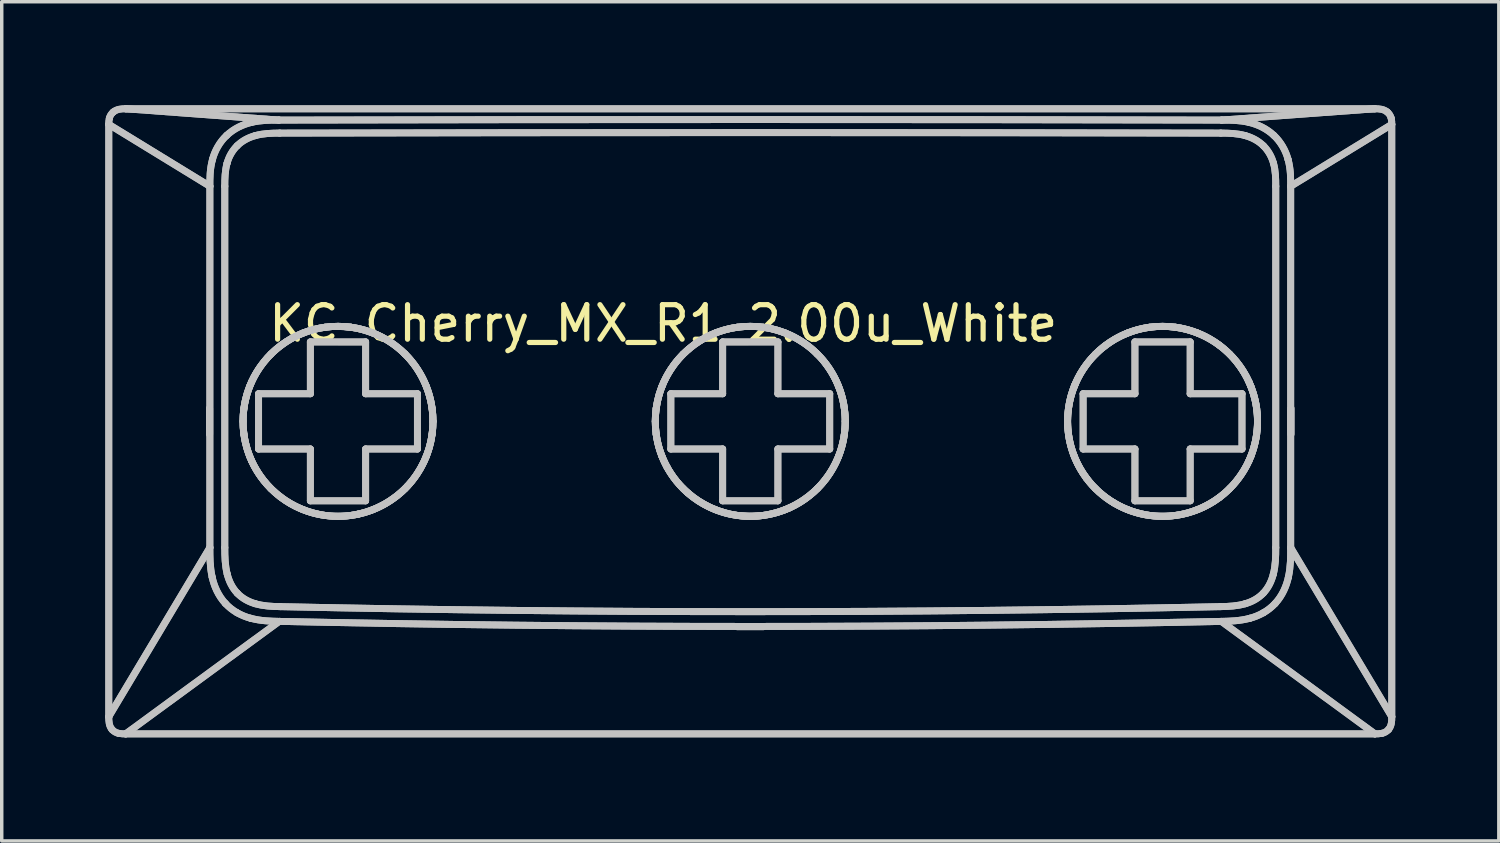
<source format=kicad_pcb>
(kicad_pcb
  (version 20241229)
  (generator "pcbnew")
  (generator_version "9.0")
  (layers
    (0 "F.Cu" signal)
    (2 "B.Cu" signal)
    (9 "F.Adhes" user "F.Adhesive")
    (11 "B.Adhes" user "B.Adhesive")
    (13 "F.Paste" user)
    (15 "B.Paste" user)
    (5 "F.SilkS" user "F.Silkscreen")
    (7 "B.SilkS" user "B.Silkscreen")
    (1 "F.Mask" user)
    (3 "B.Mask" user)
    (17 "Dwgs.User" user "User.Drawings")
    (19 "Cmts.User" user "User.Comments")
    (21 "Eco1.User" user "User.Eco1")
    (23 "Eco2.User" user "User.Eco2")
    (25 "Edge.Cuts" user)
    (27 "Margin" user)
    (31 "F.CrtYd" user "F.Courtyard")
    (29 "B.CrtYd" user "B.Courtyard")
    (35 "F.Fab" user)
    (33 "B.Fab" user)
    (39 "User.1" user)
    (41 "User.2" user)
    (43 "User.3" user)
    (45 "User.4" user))
  (footprint "KC_Cherry_MX_R1_2.00u_White"
    (layer "F.Cu")
    (at 18.695 9.111)
    (property "Reference" "KC_Cherry_MX_R1_2.00u_White" (at -2.54 -2.794 0) (layer "F.SilkS") (effects (font (size 1 1) (thickness 0.15))))
    (attr allow_missing_courtyard)
    (fp_line (start -18.595 -8.559) (end -15.668 -6.767) (stroke (width 0.2) (type default)) (layer "Dwgs.User"))
    (fp_line (start -18.595 -8.559) (end -15.668 -6.767) (stroke (width 0.2) (type default)) (layer "Dwgs.User"))
    (fp_line (start -18.595 8.592) (end -18.595 -8.559) (stroke (width 0.2) (type default)) (layer "Dwgs.User"))
    (fp_line (start -18.595 8.592) (end -18.595 -8.559) (stroke (width 0.2) (type default)) (layer "Dwgs.User"))
    (fp_line (start -18.595 8.592) (end -15.668 3.695) (stroke (width 0.2) (type default)) (layer "Dwgs.User"))
    (fp_line (start -18.595 8.592) (end -15.668 3.695) (stroke (width 0.2) (type default)) (layer "Dwgs.User"))
    (fp_line (start -18.107 9.089) (end -13.659 5.832) (stroke (width 0.2) (type default)) (layer "Dwgs.User"))
    (fp_line (start -18.107 9.089) (end -13.659 5.832) (stroke (width 0.2) (type default)) (layer "Dwgs.User"))
    (fp_line (start -18.102 -9.011) (end -13.668 -8.684) (stroke (width 0.2) (type default)) (layer "Dwgs.User"))
    (fp_line (start -18.102 -9.011) (end -13.668 -8.684) (stroke (width 0.2) (type default)) (layer "Dwgs.User"))
    (fp_line (start -18.102 -9.011) (end 18.062 -9.011) (stroke (width 0.2) (type default)) (layer "Dwgs.User"))
    (fp_line (start -18.102 -9.011) (end 18.062 -9.011) (stroke (width 0.2) (type default)) (layer "Dwgs.User"))
    (fp_line (start -15.676 0.413) (end -15.676 -0.337) (stroke (width 0.2) (type default)) (layer "Dwgs.User"))
    (fp_line (start -15.676 0.413) (end -15.676 -0.337) (stroke (width 0.2) (type default)) (layer "Dwgs.User"))
    (fp_line (start -15.668 -6.767) (end -15.668 3.695) (stroke (width 0.2) (type default)) (layer "Dwgs.User"))
    (fp_line (start -15.668 -6.767) (end -15.668 3.695) (stroke (width 0.2) (type default)) (layer "Dwgs.User"))
    (fp_line (start -15.236 -6.767) (end -15.236 3.695) (stroke (width 0.2) (type default)) (layer "Dwgs.User"))
    (fp_line (start -15.236 -6.767) (end -15.236 3.695) (stroke (width 0.2) (type default)) (layer "Dwgs.User"))
    (fp_line (start -14.258 -0.76) (end -12.758 -0.76) (stroke (width 0.2) (type default)) (layer "Dwgs.User"))
    (fp_line (start -14.258 -0.76) (end -12.758 -0.76) (stroke (width 0.2) (type default)) (layer "Dwgs.User"))
    (fp_line (start -14.258 0.84) (end -14.258 -0.76) (stroke (width 0.2) (type default)) (layer "Dwgs.User"))
    (fp_line (start -14.258 0.84) (end -14.258 -0.76) (stroke (width 0.2) (type default)) (layer "Dwgs.User"))
    (fp_line (start -12.758 -2.26) (end -11.158 -2.26) (stroke (width 0.2) (type default)) (layer "Dwgs.User"))
    (fp_line (start -12.758 -2.26) (end -11.158 -2.26) (stroke (width 0.2) (type default)) (layer "Dwgs.User"))
    (fp_line (start -12.758 -0.76) (end -12.758 -2.26) (stroke (width 0.2) (type default)) (layer "Dwgs.User"))
    (fp_line (start -12.758 -0.76) (end -12.758 -2.26) (stroke (width 0.2) (type default)) (layer "Dwgs.User"))
    (fp_line (start -12.758 0.84) (end -14.258 0.84) (stroke (width 0.2) (type default)) (layer "Dwgs.User"))
    (fp_line (start -12.758 0.84) (end -14.258 0.84) (stroke (width 0.2) (type default)) (layer "Dwgs.User"))
    (fp_line (start -12.758 2.34) (end -12.758 0.84) (stroke (width 0.2) (type default)) (layer "Dwgs.User"))
    (fp_line (start -12.758 2.34) (end -12.758 0.84) (stroke (width 0.2) (type default)) (layer "Dwgs.User"))
    (fp_line (start -11.583 -2.685) (end -11.958 -2.711) (stroke (width 0.2) (type default)) (layer "Dwgs.User"))
    (fp_line (start -11.583 2.764) (end -11.376 2.727) (stroke (width 0.2) (type default)) (layer "Dwgs.User"))
    (fp_line (start -11.583 2.764) (end -11.376 2.727) (stroke (width 0.2) (type default)) (layer "Dwgs.User"))
    (fp_line (start -11.158 -2.26) (end -11.158 -0.76) (stroke (width 0.2) (type default)) (layer "Dwgs.User"))
    (fp_line (start -11.158 -2.26) (end -11.158 -0.76) (stroke (width 0.2) (type default)) (layer "Dwgs.User"))
    (fp_line (start -11.158 -0.76) (end -9.658 -0.76) (stroke (width 0.2) (type default)) (layer "Dwgs.User"))
    (fp_line (start -11.158 -0.76) (end -9.658 -0.76) (stroke (width 0.2) (type default)) (layer "Dwgs.User"))
    (fp_line (start -11.158 0.84) (end -11.158 2.34) (stroke (width 0.2) (type default)) (layer "Dwgs.User"))
    (fp_line (start -11.158 0.84) (end -11.158 2.34) (stroke (width 0.2) (type default)) (layer "Dwgs.User"))
    (fp_line (start -11.158 2.34) (end -12.758 2.34) (stroke (width 0.2) (type default)) (layer "Dwgs.User"))
    (fp_line (start -11.158 2.34) (end -12.758 2.34) (stroke (width 0.2) (type default)) (layer "Dwgs.User"))
    (fp_line (start -9.658 -0.76) (end -9.658 0.84) (stroke (width 0.2) (type default)) (layer "Dwgs.User"))
    (fp_line (start -9.658 -0.76) (end -9.658 0.84) (stroke (width 0.2) (type default)) (layer "Dwgs.User"))
    (fp_line (start -9.658 0.84) (end -11.158 0.84) (stroke (width 0.2) (type default)) (layer "Dwgs.User"))
    (fp_line (start -9.658 0.84) (end -11.158 0.84) (stroke (width 0.2) (type default)) (layer "Dwgs.User"))
    (fp_line (start -2.32 -0.76) (end -0.82 -0.76) (stroke (width 0.2) (type default)) (layer "Dwgs.User"))
    (fp_line (start -2.32 -0.76) (end -0.82 -0.76) (stroke (width 0.2) (type default)) (layer "Dwgs.User"))
    (fp_line (start -2.32 0.84) (end -2.32 -0.76) (stroke (width 0.2) (type default)) (layer "Dwgs.User"))
    (fp_line (start -2.32 0.84) (end -2.32 -0.76) (stroke (width 0.2) (type default)) (layer "Dwgs.User"))
    (fp_line (start -0.82 -2.26) (end 0.78 -2.26) (stroke (width 0.2) (type default)) (layer "Dwgs.User"))
    (fp_line (start -0.82 -2.26) (end 0.78 -2.26) (stroke (width 0.2) (type default)) (layer "Dwgs.User"))
    (fp_line (start -0.82 -0.76) (end -0.82 -2.26) (stroke (width 0.2) (type default)) (layer "Dwgs.User"))
    (fp_line (start -0.82 -0.76) (end -0.82 -2.26) (stroke (width 0.2) (type default)) (layer "Dwgs.User"))
    (fp_line (start -0.82 0.84) (end -2.32 0.84) (stroke (width 0.2) (type default)) (layer "Dwgs.User"))
    (fp_line (start -0.82 0.84) (end -2.32 0.84) (stroke (width 0.2) (type default)) (layer "Dwgs.User"))
    (fp_line (start -0.82 2.34) (end -0.82 0.84) (stroke (width 0.2) (type default)) (layer "Dwgs.User"))
    (fp_line (start -0.82 2.34) (end -0.82 0.84) (stroke (width 0.2) (type default)) (layer "Dwgs.User"))
    (fp_line (start -0.395 2.764) (end -0.02 2.789) (stroke (width 0.2) (type default)) (layer "Dwgs.User"))
    (fp_line (start -0.395 5.986) (end 0.355 5.986) (stroke (width 0.2) (type default)) (layer "Dwgs.User"))
    (fp_line (start -0.395 5.986) (end 0.355 5.986) (stroke (width 0.2) (type default)) (layer "Dwgs.User"))
    (fp_line (start -0.02 2.789) (end 0.355 2.764) (stroke (width 0.2) (type default)) (layer "Dwgs.User"))
    (fp_line (start 0.78 -2.26) (end 0.78 -0.76) (stroke (width 0.2) (type default)) (layer "Dwgs.User"))
    (fp_line (start 0.78 -2.26) (end 0.78 -0.76) (stroke (width 0.2) (type default)) (layer "Dwgs.User"))
    (fp_line (start 0.78 -0.76) (end 2.28 -0.76) (stroke (width 0.2) (type default)) (layer "Dwgs.User"))
    (fp_line (start 0.78 -0.76) (end 2.28 -0.76) (stroke (width 0.2) (type default)) (layer "Dwgs.User"))
    (fp_line (start 0.78 0.84) (end 0.78 2.34) (stroke (width 0.2) (type default)) (layer "Dwgs.User"))
    (fp_line (start 0.78 0.84) (end 0.78 2.34) (stroke (width 0.2) (type default)) (layer "Dwgs.User"))
    (fp_line (start 0.78 2.34) (end -0.82 2.34) (stroke (width 0.2) (type default)) (layer "Dwgs.User"))
    (fp_line (start 0.78 2.34) (end -0.82 2.34) (stroke (width 0.2) (type default)) (layer "Dwgs.User"))
    (fp_line (start 2.28 -0.76) (end 2.28 0.84) (stroke (width 0.2) (type default)) (layer "Dwgs.User"))
    (fp_line (start 2.28 -0.76) (end 2.28 0.84) (stroke (width 0.2) (type default)) (layer "Dwgs.User"))
    (fp_line (start 2.28 0.84) (end 0.78 0.84) (stroke (width 0.2) (type default)) (layer "Dwgs.User"))
    (fp_line (start 2.28 0.84) (end 0.78 0.84) (stroke (width 0.2) (type default)) (layer "Dwgs.User"))
    (fp_line (start 9.618 -0.76) (end 11.118 -0.76) (stroke (width 0.2) (type default)) (layer "Dwgs.User"))
    (fp_line (start 9.618 -0.76) (end 11.118 -0.76) (stroke (width 0.2) (type default)) (layer "Dwgs.User"))
    (fp_line (start 9.618 0.84) (end 9.618 -0.76) (stroke (width 0.2) (type default)) (layer "Dwgs.User"))
    (fp_line (start 9.618 0.84) (end 9.618 -0.76) (stroke (width 0.2) (type default)) (layer "Dwgs.User"))
    (fp_line (start 11.118 -2.26) (end 12.718 -2.26) (stroke (width 0.2) (type default)) (layer "Dwgs.User"))
    (fp_line (start 11.118 -2.26) (end 12.718 -2.26) (stroke (width 0.2) (type default)) (layer "Dwgs.User"))
    (fp_line (start 11.118 -0.76) (end 11.118 -2.26) (stroke (width 0.2) (type default)) (layer "Dwgs.User"))
    (fp_line (start 11.118 -0.76) (end 11.118 -2.26) (stroke (width 0.2) (type default)) (layer "Dwgs.User"))
    (fp_line (start 11.118 0.84) (end 9.618 0.84) (stroke (width 0.2) (type default)) (layer "Dwgs.User"))
    (fp_line (start 11.118 0.84) (end 9.618 0.84) (stroke (width 0.2) (type default)) (layer "Dwgs.User"))
    (fp_line (start 11.118 2.34) (end 11.118 0.84) (stroke (width 0.2) (type default)) (layer "Dwgs.User"))
    (fp_line (start 11.118 2.34) (end 11.118 0.84) (stroke (width 0.2) (type default)) (layer "Dwgs.User"))
    (fp_line (start 12.718 -2.26) (end 12.718 -0.76) (stroke (width 0.2) (type default)) (layer "Dwgs.User"))
    (fp_line (start 12.718 -2.26) (end 12.718 -0.76) (stroke (width 0.2) (type default)) (layer "Dwgs.User"))
    (fp_line (start 12.718 -0.76) (end 14.218 -0.76) (stroke (width 0.2) (type default)) (layer "Dwgs.User"))
    (fp_line (start 12.718 -0.76) (end 14.218 -0.76) (stroke (width 0.2) (type default)) (layer "Dwgs.User"))
    (fp_line (start 12.718 0.84) (end 12.718 2.34) (stroke (width 0.2) (type default)) (layer "Dwgs.User"))
    (fp_line (start 12.718 0.84) (end 12.718 2.34) (stroke (width 0.2) (type default)) (layer "Dwgs.User"))
    (fp_line (start 12.718 2.34) (end 11.118 2.34) (stroke (width 0.2) (type default)) (layer "Dwgs.User"))
    (fp_line (start 12.718 2.34) (end 11.118 2.34) (stroke (width 0.2) (type default)) (layer "Dwgs.User"))
    (fp_line (start 13.628 -8.684) (end 18.062 -9.011) (stroke (width 0.2) (type default)) (layer "Dwgs.User"))
    (fp_line (start 13.628 -8.684) (end 18.062 -9.011) (stroke (width 0.2) (type default)) (layer "Dwgs.User"))
    (fp_line (start 14.218 -0.76) (end 14.218 0.84) (stroke (width 0.2) (type default)) (layer "Dwgs.User"))
    (fp_line (start 14.218 -0.76) (end 14.218 0.84) (stroke (width 0.2) (type default)) (layer "Dwgs.User"))
    (fp_line (start 14.218 0.84) (end 12.718 0.84) (stroke (width 0.2) (type default)) (layer "Dwgs.User"))
    (fp_line (start 14.218 0.84) (end 12.718 0.84) (stroke (width 0.2) (type default)) (layer "Dwgs.User"))
    (fp_line (start 15.196 3.695) (end 15.196 -6.767) (stroke (width 0.2) (type default)) (layer "Dwgs.User"))
    (fp_line (start 15.196 3.695) (end 15.196 -6.767) (stroke (width 0.2) (type default)) (layer "Dwgs.User"))
    (fp_line (start 15.628 -6.767) (end 18.555 -8.559) (stroke (width 0.2) (type default)) (layer "Dwgs.User"))
    (fp_line (start 15.628 -6.767) (end 18.555 -8.559) (stroke (width 0.2) (type default)) (layer "Dwgs.User"))
    (fp_line (start 15.628 3.695) (end 15.628 -6.767) (stroke (width 0.2) (type default)) (layer "Dwgs.User"))
    (fp_line (start 15.628 3.695) (end 15.628 -6.767) (stroke (width 0.2) (type default)) (layer "Dwgs.User"))
    (fp_line (start 15.636 0.413) (end 15.636 -0.337) (stroke (width 0.2) (type default)) (layer "Dwgs.User"))
    (fp_line (start 15.636 0.413) (end 15.636 -0.337) (stroke (width 0.2) (type default)) (layer "Dwgs.User"))
    (fp_line (start 18.067 9.089) (end -18.107 9.089) (stroke (width 0.2) (type default)) (layer "Dwgs.User"))
    (fp_line (start 18.067 9.089) (end -18.107 9.089) (stroke (width 0.2) (type default)) (layer "Dwgs.User"))
    (fp_line (start 18.067 9.089) (end 13.619 5.832) (stroke (width 0.2) (type default)) (layer "Dwgs.User"))
    (fp_line (start 18.067 9.089) (end 13.619 5.832) (stroke (width 0.2) (type default)) (layer "Dwgs.User"))
    (fp_line (start 18.555 -8.559) (end 18.555 8.592) (stroke (width 0.2) (type default)) (layer "Dwgs.User"))
    (fp_line (start 18.555 -8.559) (end 18.555 8.592) (stroke (width 0.2) (type default)) (layer "Dwgs.User"))
    (fp_line (start 18.555 8.592) (end 15.628 3.695) (stroke (width 0.2) (type default)) (layer "Dwgs.User"))
    (fp_line (start 18.555 8.592) (end 15.628 3.695) (stroke (width 0.2) (type default)) (layer "Dwgs.User"))
    (fp_curve (pts (xy -18.595 -8.559) (xy -18.597 -8.618) (xy -18.592 -8.677) (xy -18.579 -8.735)) (stroke (width 0.2) (type default)) (layer "Dwgs.User"))
    (fp_curve (pts (xy -18.595 -8.559) (xy -18.597 -8.618) (xy -18.592 -8.677) (xy -18.579 -8.735)) (stroke (width 0.2) (type default)) (layer "Dwgs.User"))
    (fp_curve (pts (xy -18.579 -8.735) (xy -18.561 -8.808) (xy -18.522 -8.869) (xy -18.465 -8.917)) (stroke (width 0.2) (type default)) (layer "Dwgs.User"))
    (fp_curve (pts (xy -18.579 -8.735) (xy -18.561 -8.808) (xy -18.522 -8.869) (xy -18.465 -8.917)) (stroke (width 0.2) (type default)) (layer "Dwgs.User"))
    (fp_curve (pts (xy -18.501 8.963) (xy -18.589 8.861) (xy -18.597 8.72) (xy -18.595 8.592)) (stroke (width 0.2) (type default)) (layer "Dwgs.User"))
    (fp_curve (pts (xy -18.501 8.963) (xy -18.589 8.861) (xy -18.597 8.72) (xy -18.595 8.592)) (stroke (width 0.2) (type default)) (layer "Dwgs.User"))
    (fp_curve (pts (xy -18.465 -8.917) (xy -18.365 -9.001) (xy -18.228 -9.014) (xy -18.102 -9.011)) (stroke (width 0.2) (type default)) (layer "Dwgs.User"))
    (fp_curve (pts (xy -18.465 -8.917) (xy -18.365 -9.001) (xy -18.228 -9.014) (xy -18.102 -9.011)) (stroke (width 0.2) (type default)) (layer "Dwgs.User"))
    (fp_curve (pts (xy -18.307 9.074) (xy -18.384 9.058) (xy -18.449 9.021) (xy -18.501 8.963)) (stroke (width 0.2) (type default)) (layer "Dwgs.User"))
    (fp_curve (pts (xy -18.307 9.074) (xy -18.384 9.058) (xy -18.449 9.021) (xy -18.501 8.963)) (stroke (width 0.2) (type default)) (layer "Dwgs.User"))
    (fp_curve (pts (xy -18.107 9.089) (xy -18.174 9.091) (xy -18.241 9.086) (xy -18.307 9.074)) (stroke (width 0.2) (type default)) (layer "Dwgs.User"))
    (fp_curve (pts (xy -18.107 9.089) (xy -18.174 9.091) (xy -18.241 9.086) (xy -18.307 9.074)) (stroke (width 0.2) (type default)) (layer "Dwgs.User"))
    (fp_curve (pts (xy -15.668 -6.767) (xy -15.668 -6.99) (xy -15.671 -7.257) (xy -15.592 -7.545)) (stroke (width 0.2) (type default)) (layer "Dwgs.User"))
    (fp_curve (pts (xy -15.668 -6.767) (xy -15.668 -6.99) (xy -15.671 -7.257) (xy -15.592 -7.545)) (stroke (width 0.2) (type default)) (layer "Dwgs.User"))
    (fp_curve (pts (xy -15.601 4.553) (xy -15.671 4.241) (xy -15.667 3.953) (xy -15.668 3.695)) (stroke (width 0.2) (type default)) (layer "Dwgs.User"))
    (fp_curve (pts (xy -15.601 4.553) (xy -15.671 4.241) (xy -15.667 3.953) (xy -15.668 3.695)) (stroke (width 0.2) (type default)) (layer "Dwgs.User"))
    (fp_curve (pts (xy -15.592 -7.545) (xy -15.526 -7.795) (xy -15.383 -8.053) (xy -15.18 -8.241)) (stroke (width 0.2) (type default)) (layer "Dwgs.User"))
    (fp_curve (pts (xy -15.592 -7.545) (xy -15.526 -7.795) (xy -15.383 -8.053) (xy -15.18 -8.241)) (stroke (width 0.2) (type default)) (layer "Dwgs.User"))
    (fp_curve (pts (xy -15.236 -6.767) (xy -15.236 -6.991) (xy -15.231 -7.218) (xy -15.17 -7.435)) (stroke (width 0.2) (type default)) (layer "Dwgs.User"))
    (fp_curve (pts (xy -15.236 -6.767) (xy -15.236 -6.991) (xy -15.231 -7.218) (xy -15.17 -7.435)) (stroke (width 0.2) (type default)) (layer "Dwgs.User"))
    (fp_curve (pts (xy -15.219 5.312) (xy -15.431 5.083) (xy -15.546 4.804) (xy -15.601 4.553)) (stroke (width 0.2) (type default)) (layer "Dwgs.User"))
    (fp_curve (pts (xy -15.219 5.312) (xy -15.431 5.083) (xy -15.546 4.804) (xy -15.601 4.553)) (stroke (width 0.2) (type default)) (layer "Dwgs.User"))
    (fp_curve (pts (xy -15.18 -8.241) (xy -14.971 -8.438) (xy -14.713 -8.557) (xy -14.468 -8.616)) (stroke (width 0.2) (type default)) (layer "Dwgs.User"))
    (fp_curve (pts (xy -15.18 -8.241) (xy -14.971 -8.438) (xy -14.713 -8.557) (xy -14.468 -8.616)) (stroke (width 0.2) (type default)) (layer "Dwgs.User"))
    (fp_curve (pts (xy -15.17 -7.435) (xy -15.118 -7.624) (xy -15.019 -7.801) (xy -14.879 -7.939)) (stroke (width 0.2) (type default)) (layer "Dwgs.User"))
    (fp_curve (pts (xy -15.17 -7.435) (xy -15.118 -7.624) (xy -15.019 -7.801) (xy -14.879 -7.939)) (stroke (width 0.2) (type default)) (layer "Dwgs.User"))
    (fp_curve (pts (xy -15.165 4.465) (xy -15.23 4.215) (xy -15.236 3.953) (xy -15.236 3.695)) (stroke (width 0.2) (type default)) (layer "Dwgs.User"))
    (fp_curve (pts (xy -15.165 4.465) (xy -15.23 4.215) (xy -15.236 3.953) (xy -15.236 3.695)) (stroke (width 0.2) (type default)) (layer "Dwgs.User"))
    (fp_curve (pts (xy -14.88 5.581) (xy -15.005 5.509) (xy -15.118 5.42) (xy -15.219 5.312)) (stroke (width 0.2) (type default)) (layer "Dwgs.User"))
    (fp_curve (pts (xy -14.88 5.581) (xy -15.005 5.509) (xy -15.118 5.42) (xy -15.219 5.312)) (stroke (width 0.2) (type default)) (layer "Dwgs.User"))
    (fp_curve (pts (xy -14.879 -7.939) (xy -14.735 -8.082) (xy -14.55 -8.18) (xy -14.354 -8.234)) (stroke (width 0.2) (type default)) (layer "Dwgs.User"))
    (fp_curve (pts (xy -14.879 -7.939) (xy -14.735 -8.082) (xy -14.55 -8.18) (xy -14.354 -8.234)) (stroke (width 0.2) (type default)) (layer "Dwgs.User"))
    (fp_curve (pts (xy -14.875 5.014) (xy -15.02 4.862) (xy -15.114 4.668) (xy -15.165 4.465)) (stroke (width 0.2) (type default)) (layer "Dwgs.User"))
    (fp_curve (pts (xy -14.875 5.014) (xy -15.02 4.862) (xy -15.114 4.668) (xy -15.165 4.465)) (stroke (width 0.2) (type default)) (layer "Dwgs.User"))
    (fp_curve (pts (xy -14.708 0.039) (xy -14.708 0.363) (xy -14.649 0.713) (xy -14.515 1.052)) (stroke (width 0.2) (type default)) (layer "Dwgs.User"))
    (fp_curve (pts (xy -14.708 0.039) (xy -14.708 0.363) (xy -14.649 0.713) (xy -14.515 1.052)) (stroke (width 0.2) (type default)) (layer "Dwgs.User"))
    (fp_curve (pts (xy -14.682 -0.337) (xy -14.716 -0.087) (xy -14.717 0.163) (xy -14.682 0.413)) (stroke (width 0.2) (type default)) (layer "Dwgs.User"))
    (fp_curve (pts (xy -14.682 -0.337) (xy -14.716 -0.087) (xy -14.717 0.163) (xy -14.682 0.413)) (stroke (width 0.2) (type default)) (layer "Dwgs.User"))
    (fp_curve (pts (xy -14.682 -0.337) (xy -14.638 -0.655) (xy -14.55 -0.903) (xy -14.462 -1.099)) (stroke (width 0.2) (type default)) (layer "Dwgs.User"))
    (fp_curve (pts (xy -14.682 -0.337) (xy -14.638 -0.655) (xy -14.55 -0.903) (xy -14.462 -1.099)) (stroke (width 0.2) (type default)) (layer "Dwgs.User"))
    (fp_curve (pts (xy -14.515 -0.973) (xy -14.649 -0.634) (xy -14.708 -0.284) (xy -14.708 0.039)) (stroke (width 0.2) (type default)) (layer "Dwgs.User"))
    (fp_curve (pts (xy -14.515 -0.973) (xy -14.649 -0.634) (xy -14.708 -0.284) (xy -14.708 0.039)) (stroke (width 0.2) (type default)) (layer "Dwgs.User"))
    (fp_curve (pts (xy -14.515 1.052) (xy -14.382 1.39) (xy -14.172 1.716) (xy -13.903 1.984)) (stroke (width 0.2) (type default)) (layer "Dwgs.User"))
    (fp_curve (pts (xy -14.515 1.052) (xy -14.382 1.39) (xy -14.172 1.716) (xy -13.903 1.984)) (stroke (width 0.2) (type default)) (layer "Dwgs.User"))
    (fp_curve (pts (xy -14.486 5.742) (xy -14.617 5.708) (xy -14.749 5.655) (xy -14.88 5.581)) (stroke (width 0.2) (type default)) (layer "Dwgs.User"))
    (fp_curve (pts (xy -14.486 5.742) (xy -14.617 5.708) (xy -14.749 5.655) (xy -14.88 5.581)) (stroke (width 0.2) (type default)) (layer "Dwgs.User"))
    (fp_curve (pts (xy -14.468 -8.616) (xy -14.177 -8.685) (xy -13.908 -8.683) (xy -13.668 -8.684)) (stroke (width 0.2) (type default)) (layer "Dwgs.User"))
    (fp_curve (pts (xy -14.468 -8.616) (xy -14.177 -8.685) (xy -13.908 -8.683) (xy -13.668 -8.684)) (stroke (width 0.2) (type default)) (layer "Dwgs.User"))
    (fp_curve (pts (xy -14.462 1.177) (xy -14.55 0.981) (xy -14.638 0.732) (xy -14.682 0.413)) (stroke (width 0.2) (type default)) (layer "Dwgs.User"))
    (fp_curve (pts (xy -14.462 1.177) (xy -14.55 0.981) (xy -14.638 0.732) (xy -14.682 0.413)) (stroke (width 0.2) (type default)) (layer "Dwgs.User"))
    (fp_curve (pts (xy -14.462 1.177) (xy -14.288 1.562) (xy -14.003 1.939) (xy -13.627 2.225)) (stroke (width 0.2) (type default)) (layer "Dwgs.User"))
    (fp_curve (pts (xy -14.462 1.177) (xy -14.288 1.562) (xy -14.003 1.939) (xy -13.627 2.225)) (stroke (width 0.2) (type default)) (layer "Dwgs.User"))
    (fp_curve (pts (xy -14.357 5.319) (xy -14.551 5.263) (xy -14.735 5.162) (xy -14.875 5.014)) (stroke (width 0.2) (type default)) (layer "Dwgs.User"))
    (fp_curve (pts (xy -14.357 5.319) (xy -14.551 5.263) (xy -14.735 5.162) (xy -14.875 5.014)) (stroke (width 0.2) (type default)) (layer "Dwgs.User"))
    (fp_curve (pts (xy -14.354 -8.234) (xy -14.123 -8.299) (xy -13.883 -8.306) (xy -13.644 -8.307)) (stroke (width 0.2) (type default)) (layer "Dwgs.User"))
    (fp_curve (pts (xy -14.354 -8.234) (xy -14.123 -8.299) (xy -13.883 -8.306) (xy -13.644 -8.307)) (stroke (width 0.2) (type default)) (layer "Dwgs.User"))
    (fp_curve (pts (xy -13.903 -1.905) (xy -14.172 -1.637) (xy -14.382 -1.311) (xy -14.515 -0.973)) (stroke (width 0.2) (type default)) (layer "Dwgs.User"))
    (fp_curve (pts (xy -13.903 -1.905) (xy -14.172 -1.637) (xy -14.382 -1.311) (xy -14.515 -0.973)) (stroke (width 0.2) (type default)) (layer "Dwgs.User"))
    (fp_curve (pts (xy -13.903 1.984) (xy -13.634 2.253) (xy -13.309 2.463) (xy -12.97 2.596)) (stroke (width 0.2) (type default)) (layer "Dwgs.User"))
    (fp_curve (pts (xy -13.903 1.984) (xy -13.634 2.253) (xy -13.309 2.463) (xy -12.97 2.596)) (stroke (width 0.2) (type default)) (layer "Dwgs.User"))
    (fp_curve (pts (xy -13.659 5.832) (xy -13.903 5.826) (xy -14.181 5.823) (xy -14.486 5.742)) (stroke (width 0.2) (type default)) (layer "Dwgs.User"))
    (fp_curve (pts (xy -13.659 5.832) (xy -13.903 5.826) (xy -14.181 5.823) (xy -14.486 5.742)) (stroke (width 0.2) (type default)) (layer "Dwgs.User"))
    (fp_curve (pts (xy -13.659 5.832) (xy -4.579 6.027) (xy 4.539 6.027) (xy 13.619 5.832)) (stroke (width 0.2) (type default)) (layer "Dwgs.User"))
    (fp_curve (pts (xy -13.659 5.832) (xy -4.579 6.027) (xy 4.539 6.027) (xy 13.619 5.832)) (stroke (width 0.2) (type default)) (layer "Dwgs.User"))
    (fp_curve (pts (xy -13.631 5.405) (xy -13.875 5.4) (xy -14.122 5.389) (xy -14.357 5.319)) (stroke (width 0.2) (type default)) (layer "Dwgs.User"))
    (fp_curve (pts (xy -13.631 5.405) (xy -13.875 5.4) (xy -14.122 5.389) (xy -14.357 5.319)) (stroke (width 0.2) (type default)) (layer "Dwgs.User"))
    (fp_curve (pts (xy -13.631 5.405) (xy -4.57 5.599) (xy 4.53 5.599) (xy 13.591 5.405)) (stroke (width 0.2) (type default)) (layer "Dwgs.User"))
    (fp_curve (pts (xy -13.631 5.405) (xy -4.57 5.599) (xy 4.53 5.599) (xy 13.591 5.405)) (stroke (width 0.2) (type default)) (layer "Dwgs.User"))
    (fp_curve (pts (xy -13.627 2.225) (xy -13.253 2.513) (xy -12.792 2.702) (xy -12.333 2.764)) (stroke (width 0.2) (type default)) (layer "Dwgs.User"))
    (fp_curve (pts (xy -13.627 2.225) (xy -13.253 2.513) (xy -12.792 2.702) (xy -12.333 2.764)) (stroke (width 0.2) (type default)) (layer "Dwgs.User"))
    (fp_curve (pts (xy -13.601 -2.166) (xy -13.981 -1.884) (xy -14.28 -1.502) (xy -14.462 -1.099)) (stroke (width 0.2) (type default)) (layer "Dwgs.User"))
    (fp_curve (pts (xy -13.601 -2.166) (xy -13.981 -1.884) (xy -14.28 -1.502) (xy -14.462 -1.099)) (stroke (width 0.2) (type default)) (layer "Dwgs.User"))
    (fp_curve (pts (xy -12.97 -2.518) (xy -13.309 -2.384) (xy -13.634 -2.174) (xy -13.903 -1.905)) (stroke (width 0.2) (type default)) (layer "Dwgs.User"))
    (fp_curve (pts (xy -12.97 -2.518) (xy -13.309 -2.384) (xy -13.634 -2.174) (xy -13.903 -1.905)) (stroke (width 0.2) (type default)) (layer "Dwgs.User"))
    (fp_curve (pts (xy -12.97 2.596) (xy -12.631 2.731) (xy -12.282 2.79) (xy -11.958 2.789)) (stroke (width 0.2) (type default)) (layer "Dwgs.User"))
    (fp_curve (pts (xy -12.97 2.596) (xy -12.631 2.731) (xy -12.282 2.79) (xy -11.958 2.789)) (stroke (width 0.2) (type default)) (layer "Dwgs.User"))
    (fp_curve (pts (xy -12.333 -2.685) (xy -12.771 -2.626) (xy -13.223 -2.449) (xy -13.601 -2.166)) (stroke (width 0.2) (type default)) (layer "Dwgs.User"))
    (fp_curve (pts (xy -12.333 -2.685) (xy -12.771 -2.626) (xy -13.223 -2.449) (xy -13.601 -2.166)) (stroke (width 0.2) (type default)) (layer "Dwgs.User"))
    (fp_curve (pts (xy -11.958 -2.711) (xy -12.282 -2.711) (xy -12.631 -2.652) (xy -12.97 -2.518)) (stroke (width 0.2) (type default)) (layer "Dwgs.User"))
    (fp_curve (pts (xy -11.958 -2.711) (xy -12.282 -2.711) (xy -12.631 -2.652) (xy -12.97 -2.518)) (stroke (width 0.2) (type default)) (layer "Dwgs.User"))
    (fp_curve (pts (xy -11.958 2.789) (xy -11.634 2.79) (xy -11.285 2.731) (xy -10.946 2.596)) (stroke (width 0.2) (type default)) (layer "Dwgs.User"))
    (fp_curve (pts (xy -11.958 2.789) (xy -11.634 2.79) (xy -11.285 2.731) (xy -10.946 2.596)) (stroke (width 0.2) (type default)) (layer "Dwgs.User"))
    (fp_curve (pts (xy -11.583 -2.685) (xy -11.833 -2.719) (xy -12.083 -2.719) (xy -12.333 -2.685)) (stroke (width 0.2) (type default)) (layer "Dwgs.User"))
    (fp_curve (pts (xy -11.583 -2.685) (xy -11.833 -2.719) (xy -12.083 -2.719) (xy -12.333 -2.685)) (stroke (width 0.2) (type default)) (layer "Dwgs.User"))
    (fp_curve (pts (xy -11.583 2.764) (xy -11.833 2.798) (xy -12.083 2.798) (xy -12.333 2.764)) (stroke (width 0.2) (type default)) (layer "Dwgs.User"))
    (fp_curve (pts (xy -11.583 2.764) (xy -11.833 2.798) (xy -12.083 2.798) (xy -12.333 2.764)) (stroke (width 0.2) (type default)) (layer "Dwgs.User"))
    (fp_curve (pts (xy -11.376 2.727) (xy -10.874 2.621) (xy -10.348 2.346) (xy -9.953 1.921)) (stroke (width 0.2) (type default)) (layer "Dwgs.User"))
    (fp_curve (pts (xy -11.376 2.727) (xy -10.874 2.621) (xy -10.348 2.346) (xy -9.953 1.921)) (stroke (width 0.2) (type default)) (layer "Dwgs.User"))
    (fp_curve (pts (xy -10.946 -2.518) (xy -11.285 -2.652) (xy -11.634 -2.711) (xy -11.958 -2.711)) (stroke (width 0.2) (type default)) (layer "Dwgs.User"))
    (fp_curve (pts (xy -10.946 -2.518) (xy -11.285 -2.652) (xy -11.634 -2.711) (xy -11.958 -2.711)) (stroke (width 0.2) (type default)) (layer "Dwgs.User"))
    (fp_curve (pts (xy -10.946 2.596) (xy -10.607 2.463) (xy -10.282 2.253) (xy -10.013 1.984)) (stroke (width 0.2) (type default)) (layer "Dwgs.User"))
    (fp_curve (pts (xy -10.946 2.596) (xy -10.607 2.463) (xy -10.282 2.253) (xy -10.013 1.984)) (stroke (width 0.2) (type default)) (layer "Dwgs.User"))
    (fp_curve (pts (xy -10.029 -1.921) (xy -10.468 -2.357) (xy -11.048 -2.615) (xy -11.583 -2.685)) (stroke (width 0.2) (type default)) (layer "Dwgs.User"))
    (fp_curve (pts (xy -10.029 -1.921) (xy -10.468 -2.357) (xy -11.048 -2.615) (xy -11.583 -2.685)) (stroke (width 0.2) (type default)) (layer "Dwgs.User"))
    (fp_curve (pts (xy -10.013 -1.905) (xy -10.282 -2.174) (xy -10.607 -2.384) (xy -10.946 -2.518)) (stroke (width 0.2) (type default)) (layer "Dwgs.User"))
    (fp_curve (pts (xy -10.013 -1.905) (xy -10.282 -2.174) (xy -10.607 -2.384) (xy -10.946 -2.518)) (stroke (width 0.2) (type default)) (layer "Dwgs.User"))
    (fp_curve (pts (xy -10.013 1.984) (xy -9.744 1.716) (xy -9.534 1.39) (xy -9.401 1.052)) (stroke (width 0.2) (type default)) (layer "Dwgs.User"))
    (fp_curve (pts (xy -10.013 1.984) (xy -9.744 1.716) (xy -9.534 1.39) (xy -9.401 1.052)) (stroke (width 0.2) (type default)) (layer "Dwgs.User"))
    (fp_curve (pts (xy -9.953 1.921) (xy -9.554 1.501) (xy -9.303 0.945) (xy -9.234 0.413)) (stroke (width 0.2) (type default)) (layer "Dwgs.User"))
    (fp_curve (pts (xy -9.953 1.921) (xy -9.554 1.501) (xy -9.303 0.945) (xy -9.234 0.413)) (stroke (width 0.2) (type default)) (layer "Dwgs.User"))
    (fp_curve (pts (xy -9.401 -0.973) (xy -9.534 -1.311) (xy -9.744 -1.637) (xy -10.013 -1.905)) (stroke (width 0.2) (type default)) (layer "Dwgs.User"))
    (fp_curve (pts (xy -9.401 -0.973) (xy -9.534 -1.311) (xy -9.744 -1.637) (xy -10.013 -1.905)) (stroke (width 0.2) (type default)) (layer "Dwgs.User"))
    (fp_curve (pts (xy -9.401 1.052) (xy -9.267 0.713) (xy -9.208 0.363) (xy -9.208 0.039)) (stroke (width 0.2) (type default)) (layer "Dwgs.User"))
    (fp_curve (pts (xy -9.401 1.052) (xy -9.267 0.713) (xy -9.208 0.363) (xy -9.208 0.039)) (stroke (width 0.2) (type default)) (layer "Dwgs.User"))
    (fp_curve (pts (xy -9.234 -0.337) (xy -9.307 -0.898) (xy -9.585 -1.489) (xy -10.029 -1.921)) (stroke (width 0.2) (type default)) (layer "Dwgs.User"))
    (fp_curve (pts (xy -9.234 -0.337) (xy -9.307 -0.898) (xy -9.585 -1.489) (xy -10.029 -1.921)) (stroke (width 0.2) (type default)) (layer "Dwgs.User"))
    (fp_curve (pts (xy -9.234 0.413) (xy -9.217 0.289) (xy -9.208 0.165) (xy -9.208 0.039)) (stroke (width 0.2) (type default)) (layer "Dwgs.User"))
    (fp_curve (pts (xy -9.234 0.413) (xy -9.217 0.289) (xy -9.208 0.165) (xy -9.208 0.039)) (stroke (width 0.2) (type default)) (layer "Dwgs.User"))
    (fp_curve (pts (xy -9.208 0.039) (xy -9.208 -0.284) (xy -9.267 -0.634) (xy -9.401 -0.973)) (stroke (width 0.2) (type default)) (layer "Dwgs.User"))
    (fp_curve (pts (xy -9.208 0.039) (xy -9.208 -0.284) (xy -9.267 -0.634) (xy -9.401 -0.973)) (stroke (width 0.2) (type default)) (layer "Dwgs.User"))
    (fp_curve (pts (xy -9.208 0.039) (xy -9.208 -0.087) (xy -9.217 -0.212) (xy -9.234 -0.337)) (stroke (width 0.2) (type default)) (layer "Dwgs.User"))
    (fp_curve (pts (xy -9.208 0.039) (xy -9.208 -0.087) (xy -9.217 -0.212) (xy -9.234 -0.337)) (stroke (width 0.2) (type default)) (layer "Dwgs.User"))
    (fp_curve (pts (xy -2.77 0.039) (xy -2.77 0.363) (xy -2.711 0.713) (xy -2.577 1.052)) (stroke (width 0.2) (type default)) (layer "Dwgs.User"))
    (fp_curve (pts (xy -2.77 0.039) (xy -2.77 0.363) (xy -2.711 0.713) (xy -2.577 1.052)) (stroke (width 0.2) (type default)) (layer "Dwgs.User"))
    (fp_curve (pts (xy -2.744 -0.337) (xy -2.778 -0.087) (xy -2.779 0.163) (xy -2.744 0.413)) (stroke (width 0.2) (type default)) (layer "Dwgs.User"))
    (fp_curve (pts (xy -2.744 -0.337) (xy -2.778 -0.087) (xy -2.779 0.163) (xy -2.744 0.413)) (stroke (width 0.2) (type default)) (layer "Dwgs.User"))
    (fp_curve (pts (xy -2.744 -0.337) (xy -2.724 -0.478) (xy -2.695 -0.615) (xy -2.655 -0.747)) (stroke (width 0.2) (type default)) (layer "Dwgs.User"))
    (fp_curve (pts (xy -2.744 -0.337) (xy -2.724 -0.478) (xy -2.695 -0.615) (xy -2.655 -0.747)) (stroke (width 0.2) (type default)) (layer "Dwgs.User"))
    (fp_curve (pts (xy -2.655 -0.747) (xy -2.516 -1.223) (xy -2.222 -1.698) (xy -1.81 -2.048)) (stroke (width 0.2) (type default)) (layer "Dwgs.User"))
    (fp_curve (pts (xy -2.655 -0.747) (xy -2.516 -1.223) (xy -2.222 -1.698) (xy -1.81 -2.048)) (stroke (width 0.2) (type default)) (layer "Dwgs.User"))
    (fp_curve (pts (xy -2.577 -0.973) (xy -2.711 -0.634) (xy -2.77 -0.284) (xy -2.77 0.039)) (stroke (width 0.2) (type default)) (layer "Dwgs.User"))
    (fp_curve (pts (xy -2.577 -0.973) (xy -2.711 -0.634) (xy -2.77 -0.284) (xy -2.77 0.039)) (stroke (width 0.2) (type default)) (layer "Dwgs.User"))
    (fp_curve (pts (xy -2.577 1.052) (xy -2.444 1.39) (xy -2.234 1.716) (xy -1.965 1.984)) (stroke (width 0.2) (type default)) (layer "Dwgs.User"))
    (fp_curve (pts (xy -2.577 1.052) (xy -2.444 1.39) (xy -2.234 1.716) (xy -1.965 1.984)) (stroke (width 0.2) (type default)) (layer "Dwgs.User"))
    (fp_curve (pts (xy -2.431 1.363) (xy -2.591 1.072) (xy -2.699 0.745) (xy -2.744 0.413)) (stroke (width 0.2) (type default)) (layer "Dwgs.User"))
    (fp_curve (pts (xy -2.431 1.363) (xy -2.591 1.072) (xy -2.699 0.745) (xy -2.744 0.413)) (stroke (width 0.2) (type default)) (layer "Dwgs.User"))
    (fp_curve (pts (xy -1.965 -1.905) (xy -2.234 -1.637) (xy -2.444 -1.311) (xy -2.577 -0.973)) (stroke (width 0.2) (type default)) (layer "Dwgs.User"))
    (fp_curve (pts (xy -1.965 -1.905) (xy -2.234 -1.637) (xy -2.444 -1.311) (xy -2.577 -0.973)) (stroke (width 0.2) (type default)) (layer "Dwgs.User"))
    (fp_curve (pts (xy -1.965 1.984) (xy -1.696 2.253) (xy -1.371 2.463) (xy -1.032 2.596)) (stroke (width 0.2) (type default)) (layer "Dwgs.User"))
    (fp_curve (pts (xy -1.965 1.984) (xy -1.696 2.253) (xy -1.371 2.463) (xy -1.032 2.596)) (stroke (width 0.2) (type default)) (layer "Dwgs.User"))
    (fp_curve (pts (xy -1.827 2.112) (xy -2.061 1.909) (xy -2.271 1.655) (xy -2.431 1.363)) (stroke (width 0.2) (type default)) (layer "Dwgs.User"))
    (fp_curve (pts (xy -1.827 2.112) (xy -2.061 1.909) (xy -2.271 1.655) (xy -2.431 1.363)) (stroke (width 0.2) (type default)) (layer "Dwgs.User"))
    (fp_curve (pts (xy -1.81 -2.048) (xy -1.401 -2.402) (xy -0.886 -2.62) (xy -0.395 -2.685)) (stroke (width 0.2) (type default)) (layer "Dwgs.User"))
    (fp_curve (pts (xy -1.81 -2.048) (xy -1.401 -2.402) (xy -0.886 -2.62) (xy -0.395 -2.685)) (stroke (width 0.2) (type default)) (layer "Dwgs.User"))
    (fp_curve (pts (xy -1.032 -2.518) (xy -1.371 -2.384) (xy -1.696 -2.174) (xy -1.965 -1.905)) (stroke (width 0.2) (type default)) (layer "Dwgs.User"))
    (fp_curve (pts (xy -1.032 -2.518) (xy -1.371 -2.384) (xy -1.696 -2.174) (xy -1.965 -1.905)) (stroke (width 0.2) (type default)) (layer "Dwgs.User"))
    (fp_curve (pts (xy -1.032 2.596) (xy -0.693 2.731) (xy -0.344 2.79) (xy -0.02 2.789)) (stroke (width 0.2) (type default)) (layer "Dwgs.User"))
    (fp_curve (pts (xy -1.032 2.596) (xy -0.693 2.731) (xy -0.344 2.79) (xy -0.02 2.789)) (stroke (width 0.2) (type default)) (layer "Dwgs.User"))
    (fp_curve (pts (xy -0.395 2.764) (xy -0.938 2.691) (xy -1.45 2.445) (xy -1.827 2.112)) (stroke (width 0.2) (type default)) (layer "Dwgs.User"))
    (fp_curve (pts (xy -0.395 2.764) (xy -0.938 2.691) (xy -1.45 2.445) (xy -1.827 2.112)) (stroke (width 0.2) (type default)) (layer "Dwgs.User"))
    (fp_curve (pts (xy -0.02 -2.711) (xy -0.344 -2.711) (xy -0.693 -2.652) (xy -1.032 -2.518)) (stroke (width 0.2) (type default)) (layer "Dwgs.User"))
    (fp_curve (pts (xy -0.02 -2.711) (xy -0.344 -2.711) (xy -0.693 -2.652) (xy -1.032 -2.518)) (stroke (width 0.2) (type default)) (layer "Dwgs.User"))
    (fp_curve (pts (xy -0.02 2.789) (xy 0.304 2.79) (xy 0.653 2.731) (xy 0.992 2.596)) (stroke (width 0.2) (type default)) (layer "Dwgs.User"))
    (fp_curve (pts (xy -0.02 2.789) (xy 0.304 2.79) (xy 0.653 2.731) (xy 0.992 2.596)) (stroke (width 0.2) (type default)) (layer "Dwgs.User"))
    (fp_curve (pts (xy 0.355 -2.685) (xy 0.105 -2.719) (xy -0.145 -2.719) (xy -0.395 -2.685)) (stroke (width 0.2) (type default)) (layer "Dwgs.User"))
    (fp_curve (pts (xy 0.355 -2.685) (xy 0.105 -2.719) (xy -0.145 -2.719) (xy -0.395 -2.685)) (stroke (width 0.2) (type default)) (layer "Dwgs.User"))
    (fp_curve (pts (xy 0.355 -2.685) (xy 0.89 -2.615) (xy 1.47 -2.357) (xy 1.909 -1.921)) (stroke (width 0.2) (type default)) (layer "Dwgs.User"))
    (fp_curve (pts (xy 0.355 -2.685) (xy 0.89 -2.615) (xy 1.47 -2.357) (xy 1.909 -1.921)) (stroke (width 0.2) (type default)) (layer "Dwgs.User"))
    (fp_curve (pts (xy 0.355 2.764) (xy 0.105 2.798) (xy -0.145 2.798) (xy -0.395 2.764)) (stroke (width 0.2) (type default)) (layer "Dwgs.User"))
    (fp_curve (pts (xy 0.355 2.764) (xy 0.105 2.798) (xy -0.145 2.798) (xy -0.395 2.764)) (stroke (width 0.2) (type default)) (layer "Dwgs.User"))
    (fp_curve (pts (xy 0.992 -2.518) (xy 0.653 -2.652) (xy 0.304 -2.711) (xy -0.02 -2.711)) (stroke (width 0.2) (type default)) (layer "Dwgs.User"))
    (fp_curve (pts (xy 0.992 -2.518) (xy 0.653 -2.652) (xy 0.304 -2.711) (xy -0.02 -2.711)) (stroke (width 0.2) (type default)) (layer "Dwgs.User"))
    (fp_curve (pts (xy 0.992 2.596) (xy 1.331 2.463) (xy 1.656 2.253) (xy 1.925 1.984)) (stroke (width 0.2) (type default)) (layer "Dwgs.User"))
    (fp_curve (pts (xy 0.992 2.596) (xy 1.331 2.463) (xy 1.656 2.253) (xy 1.925 1.984)) (stroke (width 0.2) (type default)) (layer "Dwgs.User"))
    (fp_curve (pts (xy 1.119 2.543) (xy 0.883 2.651) (xy 0.628 2.725) (xy 0.355 2.764)) (stroke (width 0.2) (type default)) (layer "Dwgs.User"))
    (fp_curve (pts (xy 1.119 2.543) (xy 0.883 2.651) (xy 0.628 2.725) (xy 0.355 2.764)) (stroke (width 0.2) (type default)) (layer "Dwgs.User"))
    (fp_curve (pts (xy 1.909 -1.921) (xy 2.353 -1.489) (xy 2.631 -0.898) (xy 2.704 -0.337)) (stroke (width 0.2) (type default)) (layer "Dwgs.User"))
    (fp_curve (pts (xy 1.909 -1.921) (xy 2.353 -1.489) (xy 2.631 -0.898) (xy 2.704 -0.337)) (stroke (width 0.2) (type default)) (layer "Dwgs.User"))
    (fp_curve (pts (xy 1.925 -1.905) (xy 1.656 -2.174) (xy 1.331 -2.384) (xy 0.992 -2.518)) (stroke (width 0.2) (type default)) (layer "Dwgs.User"))
    (fp_curve (pts (xy 1.925 -1.905) (xy 1.656 -2.174) (xy 1.331 -2.384) (xy 0.992 -2.518)) (stroke (width 0.2) (type default)) (layer "Dwgs.User"))
    (fp_curve (pts (xy 1.925 1.984) (xy 2.194 1.716) (xy 2.404 1.39) (xy 2.537 1.052)) (stroke (width 0.2) (type default)) (layer "Dwgs.User"))
    (fp_curve (pts (xy 1.925 1.984) (xy 2.194 1.716) (xy 2.404 1.39) (xy 2.537 1.052)) (stroke (width 0.2) (type default)) (layer "Dwgs.User"))
    (fp_curve (pts (xy 2.178 1.692) (xy 1.895 2.071) (xy 1.515 2.364) (xy 1.119 2.543)) (stroke (width 0.2) (type default)) (layer "Dwgs.User"))
    (fp_curve (pts (xy 2.178 1.692) (xy 1.895 2.071) (xy 1.515 2.364) (xy 1.119 2.543)) (stroke (width 0.2) (type default)) (layer "Dwgs.User"))
    (fp_curve (pts (xy 2.537 -0.973) (xy 2.404 -1.311) (xy 2.194 -1.637) (xy 1.925 -1.905)) (stroke (width 0.2) (type default)) (layer "Dwgs.User"))
    (fp_curve (pts (xy 2.537 -0.973) (xy 2.404 -1.311) (xy 2.194 -1.637) (xy 1.925 -1.905)) (stroke (width 0.2) (type default)) (layer "Dwgs.User"))
    (fp_curve (pts (xy 2.537 1.052) (xy 2.671 0.713) (xy 2.73 0.363) (xy 2.73 0.039)) (stroke (width 0.2) (type default)) (layer "Dwgs.User"))
    (fp_curve (pts (xy 2.537 1.052) (xy 2.671 0.713) (xy 2.73 0.363) (xy 2.73 0.039)) (stroke (width 0.2) (type default)) (layer "Dwgs.User"))
    (fp_curve (pts (xy 2.704 -0.337) (xy 2.721 -0.212) (xy 2.73 -0.087) (xy 2.73 0.039)) (stroke (width 0.2) (type default)) (layer "Dwgs.User"))
    (fp_curve (pts (xy 2.704 -0.337) (xy 2.721 -0.212) (xy 2.73 -0.087) (xy 2.73 0.039)) (stroke (width 0.2) (type default)) (layer "Dwgs.User"))
    (fp_curve (pts (xy 2.704 0.413) (xy 2.645 0.859) (xy 2.463 1.315) (xy 2.178 1.692)) (stroke (width 0.2) (type default)) (layer "Dwgs.User"))
    (fp_curve (pts (xy 2.704 0.413) (xy 2.645 0.859) (xy 2.463 1.315) (xy 2.178 1.692)) (stroke (width 0.2) (type default)) (layer "Dwgs.User"))
    (fp_curve (pts (xy 2.73 0.039) (xy 2.73 -0.284) (xy 2.671 -0.634) (xy 2.537 -0.973)) (stroke (width 0.2) (type default)) (layer "Dwgs.User"))
    (fp_curve (pts (xy 2.73 0.039) (xy 2.73 -0.284) (xy 2.671 -0.634) (xy 2.537 -0.973)) (stroke (width 0.2) (type default)) (layer "Dwgs.User"))
    (fp_curve (pts (xy 2.73 0.039) (xy 2.73 0.165) (xy 2.721 0.289) (xy 2.704 0.413)) (stroke (width 0.2) (type default)) (layer "Dwgs.User"))
    (fp_curve (pts (xy 2.73 0.039) (xy 2.73 0.165) (xy 2.721 0.289) (xy 2.704 0.413)) (stroke (width 0.2) (type default)) (layer "Dwgs.User"))
    (fp_curve (pts (xy 9.168 0.039) (xy 9.168 0.363) (xy 9.227 0.713) (xy 9.361 1.052)) (stroke (width 0.2) (type default)) (layer "Dwgs.User"))
    (fp_curve (pts (xy 9.168 0.039) (xy 9.168 0.363) (xy 9.227 0.713) (xy 9.361 1.052)) (stroke (width 0.2) (type default)) (layer "Dwgs.User"))
    (fp_curve (pts (xy 9.194 0.413) (xy 9.159 0.163) (xy 9.16 -0.087) (xy 9.194 -0.337)) (stroke (width 0.2) (type default)) (layer "Dwgs.User"))
    (fp_curve (pts (xy 9.194 0.413) (xy 9.159 0.163) (xy 9.16 -0.087) (xy 9.194 -0.337)) (stroke (width 0.2) (type default)) (layer "Dwgs.User"))
    (fp_curve (pts (xy 9.194 0.413) (xy 9.257 0.883) (xy 9.448 1.33) (xy 9.713 1.683)) (stroke (width 0.2) (type default)) (layer "Dwgs.User"))
    (fp_curve (pts (xy 9.194 0.413) (xy 9.257 0.883) (xy 9.448 1.33) (xy 9.713 1.683)) (stroke (width 0.2) (type default)) (layer "Dwgs.User"))
    (fp_curve (pts (xy 9.361 -0.973) (xy 9.227 -0.634) (xy 9.168 -0.284) (xy 9.168 0.039)) (stroke (width 0.2) (type default)) (layer "Dwgs.User"))
    (fp_curve (pts (xy 9.361 -0.973) (xy 9.227 -0.634) (xy 9.168 -0.284) (xy 9.168 0.039)) (stroke (width 0.2) (type default)) (layer "Dwgs.User"))
    (fp_curve (pts (xy 9.361 1.052) (xy 9.494 1.39) (xy 9.704 1.716) (xy 9.973 1.984)) (stroke (width 0.2) (type default)) (layer "Dwgs.User"))
    (fp_curve (pts (xy 9.361 1.052) (xy 9.494 1.39) (xy 9.704 1.716) (xy 9.973 1.984)) (stroke (width 0.2) (type default)) (layer "Dwgs.User"))
    (fp_curve (pts (xy 9.382 -1.023) (xy 9.291 -0.808) (xy 9.228 -0.58) (xy 9.194 -0.337)) (stroke (width 0.2) (type default)) (layer "Dwgs.User"))
    (fp_curve (pts (xy 9.382 -1.023) (xy 9.291 -0.808) (xy 9.228 -0.58) (xy 9.194 -0.337)) (stroke (width 0.2) (type default)) (layer "Dwgs.User"))
    (fp_curve (pts (xy 9.713 1.683) (xy 9.919 1.96) (xy 10.191 2.212) (xy 10.508 2.4)) (stroke (width 0.2) (type default)) (layer "Dwgs.User"))
    (fp_curve (pts (xy 9.713 1.683) (xy 9.919 1.96) (xy 10.191 2.212) (xy 10.508 2.4)) (stroke (width 0.2) (type default)) (layer "Dwgs.User"))
    (fp_curve (pts (xy 9.973 -1.905) (xy 9.704 -1.637) (xy 9.494 -1.311) (xy 9.361 -0.973)) (stroke (width 0.2) (type default)) (layer "Dwgs.User"))
    (fp_curve (pts (xy 9.973 -1.905) (xy 9.704 -1.637) (xy 9.494 -1.311) (xy 9.361 -0.973)) (stroke (width 0.2) (type default)) (layer "Dwgs.User"))
    (fp_curve (pts (xy 9.973 1.984) (xy 10.242 2.253) (xy 10.567 2.463) (xy 10.906 2.596)) (stroke (width 0.2) (type default)) (layer "Dwgs.User"))
    (fp_curve (pts (xy 9.973 1.984) (xy 10.242 2.253) (xy 10.567 2.463) (xy 10.906 2.596)) (stroke (width 0.2) (type default)) (layer "Dwgs.User"))
    (fp_curve (pts (xy 10.242 -2.141) (xy 9.855 -1.845) (xy 9.555 -1.443) (xy 9.382 -1.023)) (stroke (width 0.2) (type default)) (layer "Dwgs.User"))
    (fp_curve (pts (xy 10.242 -2.141) (xy 9.855 -1.845) (xy 9.555 -1.443) (xy 9.382 -1.023)) (stroke (width 0.2) (type default)) (layer "Dwgs.User"))
    (fp_curve (pts (xy 10.508 2.4) (xy 10.824 2.59) (xy 11.183 2.715) (xy 11.543 2.764)) (stroke (width 0.2) (type default)) (layer "Dwgs.User"))
    (fp_curve (pts (xy 10.508 2.4) (xy 10.824 2.59) (xy 11.183 2.715) (xy 11.543 2.764)) (stroke (width 0.2) (type default)) (layer "Dwgs.User"))
    (fp_curve (pts (xy 10.906 -2.518) (xy 10.567 -2.384) (xy 10.242 -2.174) (xy 9.973 -1.905)) (stroke (width 0.2) (type default)) (layer "Dwgs.User"))
    (fp_curve (pts (xy 10.906 -2.518) (xy 10.567 -2.384) (xy 10.242 -2.174) (xy 9.973 -1.905)) (stroke (width 0.2) (type default)) (layer "Dwgs.User"))
    (fp_curve (pts (xy 10.906 2.596) (xy 11.245 2.731) (xy 11.594 2.79) (xy 11.918 2.789)) (stroke (width 0.2) (type default)) (layer "Dwgs.User"))
    (fp_curve (pts (xy 10.906 2.596) (xy 11.245 2.731) (xy 11.594 2.79) (xy 11.918 2.789)) (stroke (width 0.2) (type default)) (layer "Dwgs.User"))
    (fp_curve (pts (xy 11.543 -2.685) (xy 11.093 -2.625) (xy 10.627 -2.439) (xy 10.242 -2.141)) (stroke (width 0.2) (type default)) (layer "Dwgs.User"))
    (fp_curve (pts (xy 11.543 -2.685) (xy 11.093 -2.625) (xy 10.627 -2.439) (xy 10.242 -2.141)) (stroke (width 0.2) (type default)) (layer "Dwgs.User"))
    (fp_curve (pts (xy 11.918 -2.711) (xy 11.594 -2.711) (xy 11.245 -2.652) (xy 10.906 -2.518)) (stroke (width 0.2) (type default)) (layer "Dwgs.User"))
    (fp_curve (pts (xy 11.918 -2.711) (xy 11.594 -2.711) (xy 11.245 -2.652) (xy 10.906 -2.518)) (stroke (width 0.2) (type default)) (layer "Dwgs.User"))
    (fp_curve (pts (xy 11.918 2.789) (xy 12.242 2.79) (xy 12.591 2.731) (xy 12.93 2.596)) (stroke (width 0.2) (type default)) (layer "Dwgs.User"))
    (fp_curve (pts (xy 11.918 2.789) (xy 12.242 2.79) (xy 12.591 2.731) (xy 12.93 2.596)) (stroke (width 0.2) (type default)) (layer "Dwgs.User"))
    (fp_curve (pts (xy 12.293 -2.685) (xy 12.043 -2.719) (xy 11.793 -2.719) (xy 11.543 -2.685)) (stroke (width 0.2) (type default)) (layer "Dwgs.User"))
    (fp_curve (pts (xy 12.293 -2.685) (xy 12.043 -2.719) (xy 11.793 -2.719) (xy 11.543 -2.685)) (stroke (width 0.2) (type default)) (layer "Dwgs.User"))
    (fp_curve (pts (xy 12.293 2.764) (xy 12.043 2.798) (xy 11.793 2.798) (xy 11.543 2.764)) (stroke (width 0.2) (type default)) (layer "Dwgs.User"))
    (fp_curve (pts (xy 12.293 2.764) (xy 12.043 2.798) (xy 11.793 2.798) (xy 11.543 2.764)) (stroke (width 0.2) (type default)) (layer "Dwgs.User"))
    (fp_curve (pts (xy 12.293 2.764) (xy 12.733 2.705) (xy 13.186 2.527) (xy 13.564 2.243)) (stroke (width 0.2) (type default)) (layer "Dwgs.User"))
    (fp_curve (pts (xy 12.293 2.764) (xy 12.733 2.705) (xy 13.186 2.527) (xy 13.564 2.243)) (stroke (width 0.2) (type default)) (layer "Dwgs.User"))
    (fp_curve (pts (xy 12.93 -2.518) (xy 12.591 -2.652) (xy 12.242 -2.711) (xy 11.918 -2.711)) (stroke (width 0.2) (type default)) (layer "Dwgs.User"))
    (fp_curve (pts (xy 12.93 -2.518) (xy 12.591 -2.652) (xy 12.242 -2.711) (xy 11.918 -2.711)) (stroke (width 0.2) (type default)) (layer "Dwgs.User"))
    (fp_curve (pts (xy 12.93 2.596) (xy 13.269 2.463) (xy 13.594 2.253) (xy 13.863 1.984)) (stroke (width 0.2) (type default)) (layer "Dwgs.User"))
    (fp_curve (pts (xy 12.93 2.596) (xy 13.269 2.463) (xy 13.594 2.253) (xy 13.863 1.984)) (stroke (width 0.2) (type default)) (layer "Dwgs.User"))
    (fp_curve (pts (xy 13.561 -2.166) (xy 13.183 -2.449) (xy 12.731 -2.626) (xy 12.293 -2.685)) (stroke (width 0.2) (type default)) (layer "Dwgs.User"))
    (fp_curve (pts (xy 13.561 -2.166) (xy 13.183 -2.449) (xy 12.731 -2.626) (xy 12.293 -2.685)) (stroke (width 0.2) (type default)) (layer "Dwgs.User"))
    (fp_curve (pts (xy 13.564 2.243) (xy 13.943 1.961) (xy 14.241 1.579) (xy 14.422 1.177)) (stroke (width 0.2) (type default)) (layer "Dwgs.User"))
    (fp_curve (pts (xy 13.564 2.243) (xy 13.943 1.961) (xy 14.241 1.579) (xy 14.422 1.177)) (stroke (width 0.2) (type default)) (layer "Dwgs.User"))
    (fp_curve (pts (xy 13.604 -8.307) (xy 4.533 -8.326) (xy -4.573 -8.326) (xy -13.644 -8.307)) (stroke (width 0.2) (type default)) (layer "Dwgs.User"))
    (fp_curve (pts (xy 13.604 -8.307) (xy 4.533 -8.326) (xy -4.573 -8.326) (xy -13.644 -8.307)) (stroke (width 0.2) (type default)) (layer "Dwgs.User"))
    (fp_curve (pts (xy 13.604 -8.307) (xy 13.843 -8.306) (xy 14.084 -8.299) (xy 14.314 -8.234)) (stroke (width 0.2) (type default)) (layer "Dwgs.User"))
    (fp_curve (pts (xy 13.604 -8.307) (xy 13.843 -8.306) (xy 14.084 -8.299) (xy 14.314 -8.234)) (stroke (width 0.2) (type default)) (layer "Dwgs.User"))
    (fp_curve (pts (xy 13.628 -8.684) (xy 4.541 -8.704) (xy -4.581 -8.704) (xy -13.668 -8.684)) (stroke (width 0.2) (type default)) (layer "Dwgs.User"))
    (fp_curve (pts (xy 13.628 -8.684) (xy 4.541 -8.704) (xy -4.581 -8.704) (xy -13.668 -8.684)) (stroke (width 0.2) (type default)) (layer "Dwgs.User"))
    (fp_curve (pts (xy 13.628 -8.684) (xy 13.866 -8.683) (xy 14.138 -8.685) (xy 14.428 -8.616)) (stroke (width 0.2) (type default)) (layer "Dwgs.User"))
    (fp_curve (pts (xy 13.628 -8.684) (xy 13.866 -8.683) (xy 14.138 -8.685) (xy 14.428 -8.616)) (stroke (width 0.2) (type default)) (layer "Dwgs.User"))
    (fp_curve (pts (xy 13.863 -1.905) (xy 13.594 -2.174) (xy 13.269 -2.384) (xy 12.93 -2.518)) (stroke (width 0.2) (type default)) (layer "Dwgs.User"))
    (fp_curve (pts (xy 13.863 -1.905) (xy 13.594 -2.174) (xy 13.269 -2.384) (xy 12.93 -2.518)) (stroke (width 0.2) (type default)) (layer "Dwgs.User"))
    (fp_curve (pts (xy 13.863 1.984) (xy 14.132 1.716) (xy 14.342 1.39) (xy 14.475 1.052)) (stroke (width 0.2) (type default)) (layer "Dwgs.User"))
    (fp_curve (pts (xy 13.863 1.984) (xy 14.132 1.716) (xy 14.342 1.39) (xy 14.475 1.052)) (stroke (width 0.2) (type default)) (layer "Dwgs.User"))
    (fp_curve (pts (xy 14.314 -8.234) (xy 14.51 -8.18) (xy 14.695 -8.082) (xy 14.839 -7.939)) (stroke (width 0.2) (type default)) (layer "Dwgs.User"))
    (fp_curve (pts (xy 14.314 -8.234) (xy 14.51 -8.18) (xy 14.695 -8.082) (xy 14.839 -7.939)) (stroke (width 0.2) (type default)) (layer "Dwgs.User"))
    (fp_curve (pts (xy 14.317 5.319) (xy 14.082 5.389) (xy 13.835 5.4) (xy 13.591 5.405)) (stroke (width 0.2) (type default)) (layer "Dwgs.User"))
    (fp_curve (pts (xy 14.317 5.319) (xy 14.082 5.389) (xy 13.835 5.4) (xy 13.591 5.405)) (stroke (width 0.2) (type default)) (layer "Dwgs.User"))
    (fp_curve (pts (xy 14.422 -1.099) (xy 14.24 -1.502) (xy 13.941 -1.884) (xy 13.561 -2.166)) (stroke (width 0.2) (type default)) (layer "Dwgs.User"))
    (fp_curve (pts (xy 14.422 -1.099) (xy 14.24 -1.502) (xy 13.941 -1.884) (xy 13.561 -2.166)) (stroke (width 0.2) (type default)) (layer "Dwgs.User"))
    (fp_curve (pts (xy 14.422 -1.099) (xy 14.51 -0.903) (xy 14.598 -0.655) (xy 14.642 -0.337)) (stroke (width 0.2) (type default)) (layer "Dwgs.User"))
    (fp_curve (pts (xy 14.422 -1.099) (xy 14.51 -0.903) (xy 14.598 -0.655) (xy 14.642 -0.337)) (stroke (width 0.2) (type default)) (layer "Dwgs.User"))
    (fp_curve (pts (xy 14.428 -8.616) (xy 14.673 -8.557) (xy 14.931 -8.438) (xy 15.14 -8.241)) (stroke (width 0.2) (type default)) (layer "Dwgs.User"))
    (fp_curve (pts (xy 14.428 -8.616) (xy 14.673 -8.557) (xy 14.931 -8.438) (xy 15.14 -8.241)) (stroke (width 0.2) (type default)) (layer "Dwgs.User"))
    (fp_curve (pts (xy 14.446 5.742) (xy 14.141 5.823) (xy 13.863 5.826) (xy 13.619 5.832)) (stroke (width 0.2) (type default)) (layer "Dwgs.User"))
    (fp_curve (pts (xy 14.446 5.742) (xy 14.141 5.823) (xy 13.863 5.826) (xy 13.619 5.832)) (stroke (width 0.2) (type default)) (layer "Dwgs.User"))
    (fp_curve (pts (xy 14.475 -0.973) (xy 14.342 -1.311) (xy 14.132 -1.637) (xy 13.863 -1.905)) (stroke (width 0.2) (type default)) (layer "Dwgs.User"))
    (fp_curve (pts (xy 14.475 -0.973) (xy 14.342 -1.311) (xy 14.132 -1.637) (xy 13.863 -1.905)) (stroke (width 0.2) (type default)) (layer "Dwgs.User"))
    (fp_curve (pts (xy 14.475 1.052) (xy 14.609 0.713) (xy 14.668 0.363) (xy 14.668 0.039)) (stroke (width 0.2) (type default)) (layer "Dwgs.User"))
    (fp_curve (pts (xy 14.475 1.052) (xy 14.609 0.713) (xy 14.668 0.363) (xy 14.668 0.039)) (stroke (width 0.2) (type default)) (layer "Dwgs.User"))
    (fp_curve (pts (xy 14.642 -0.337) (xy 14.659 -0.212) (xy 14.668 -0.087) (xy 14.668 0.039)) (stroke (width 0.2) (type default)) (layer "Dwgs.User"))
    (fp_curve (pts (xy 14.642 -0.337) (xy 14.659 -0.212) (xy 14.668 -0.087) (xy 14.668 0.039)) (stroke (width 0.2) (type default)) (layer "Dwgs.User"))
    (fp_curve (pts (xy 14.642 0.413) (xy 14.598 0.732) (xy 14.51 0.981) (xy 14.422 1.177)) (stroke (width 0.2) (type default)) (layer "Dwgs.User"))
    (fp_curve (pts (xy 14.642 0.413) (xy 14.598 0.732) (xy 14.51 0.981) (xy 14.422 1.177)) (stroke (width 0.2) (type default)) (layer "Dwgs.User"))
    (fp_curve (pts (xy 14.668 0.039) (xy 14.668 -0.284) (xy 14.609 -0.634) (xy 14.475 -0.973)) (stroke (width 0.2) (type default)) (layer "Dwgs.User"))
    (fp_curve (pts (xy 14.668 0.039) (xy 14.668 -0.284) (xy 14.609 -0.634) (xy 14.475 -0.973)) (stroke (width 0.2) (type default)) (layer "Dwgs.User"))
    (fp_curve (pts (xy 14.668 0.039) (xy 14.668 0.165) (xy 14.659 0.289) (xy 14.642 0.413)) (stroke (width 0.2) (type default)) (layer "Dwgs.User"))
    (fp_curve (pts (xy 14.668 0.039) (xy 14.668 0.165) (xy 14.659 0.289) (xy 14.642 0.413)) (stroke (width 0.2) (type default)) (layer "Dwgs.User"))
    (fp_curve (pts (xy 14.835 5.014) (xy 14.695 5.162) (xy 14.511 5.263) (xy 14.317 5.319)) (stroke (width 0.2) (type default)) (layer "Dwgs.User"))
    (fp_curve (pts (xy 14.835 5.014) (xy 14.695 5.162) (xy 14.511 5.263) (xy 14.317 5.319)) (stroke (width 0.2) (type default)) (layer "Dwgs.User"))
    (fp_curve (pts (xy 14.839 -7.939) (xy 14.979 -7.801) (xy 15.078 -7.624) (xy 15.13 -7.435)) (stroke (width 0.2) (type default)) (layer "Dwgs.User"))
    (fp_curve (pts (xy 14.839 -7.939) (xy 14.979 -7.801) (xy 15.078 -7.624) (xy 15.13 -7.435)) (stroke (width 0.2) (type default)) (layer "Dwgs.User"))
    (fp_curve (pts (xy 14.84 5.581) (xy 14.709 5.655) (xy 14.577 5.708) (xy 14.446 5.742)) (stroke (width 0.2) (type default)) (layer "Dwgs.User"))
    (fp_curve (pts (xy 14.84 5.581) (xy 14.709 5.655) (xy 14.577 5.708) (xy 14.446 5.742)) (stroke (width 0.2) (type default)) (layer "Dwgs.User"))
    (fp_curve (pts (xy 15.125 4.465) (xy 15.074 4.668) (xy 14.98 4.862) (xy 14.835 5.014)) (stroke (width 0.2) (type default)) (layer "Dwgs.User"))
    (fp_curve (pts (xy 15.125 4.465) (xy 15.074 4.668) (xy 14.98 4.862) (xy 14.835 5.014)) (stroke (width 0.2) (type default)) (layer "Dwgs.User"))
    (fp_curve (pts (xy 15.13 -7.435) (xy 15.191 -7.218) (xy 15.196 -6.991) (xy 15.196 -6.767)) (stroke (width 0.2) (type default)) (layer "Dwgs.User"))
    (fp_curve (pts (xy 15.13 -7.435) (xy 15.191 -7.218) (xy 15.196 -6.991) (xy 15.196 -6.767)) (stroke (width 0.2) (type default)) (layer "Dwgs.User"))
    (fp_curve (pts (xy 15.14 -8.241) (xy 15.343 -8.053) (xy 15.486 -7.795) (xy 15.552 -7.545)) (stroke (width 0.2) (type default)) (layer "Dwgs.User"))
    (fp_curve (pts (xy 15.14 -8.241) (xy 15.343 -8.053) (xy 15.486 -7.795) (xy 15.552 -7.545)) (stroke (width 0.2) (type default)) (layer "Dwgs.User"))
    (fp_curve (pts (xy 15.179 5.312) (xy 15.078 5.42) (xy 14.965 5.509) (xy 14.84 5.581)) (stroke (width 0.2) (type default)) (layer "Dwgs.User"))
    (fp_curve (pts (xy 15.179 5.312) (xy 15.078 5.42) (xy 14.965 5.509) (xy 14.84 5.581)) (stroke (width 0.2) (type default)) (layer "Dwgs.User"))
    (fp_curve (pts (xy 15.196 3.695) (xy 15.196 3.953) (xy 15.19 4.215) (xy 15.125 4.465)) (stroke (width 0.2) (type default)) (layer "Dwgs.User"))
    (fp_curve (pts (xy 15.196 3.695) (xy 15.196 3.953) (xy 15.19 4.215) (xy 15.125 4.465)) (stroke (width 0.2) (type default)) (layer "Dwgs.User"))
    (fp_curve (pts (xy 15.552 -7.545) (xy 15.631 -7.257) (xy 15.628 -6.99) (xy 15.628 -6.767)) (stroke (width 0.2) (type default)) (layer "Dwgs.User"))
    (fp_curve (pts (xy 15.552 -7.545) (xy 15.631 -7.257) (xy 15.628 -6.99) (xy 15.628 -6.767)) (stroke (width 0.2) (type default)) (layer "Dwgs.User"))
    (fp_curve (pts (xy 15.561 4.553) (xy 15.506 4.804) (xy 15.391 5.083) (xy 15.179 5.312)) (stroke (width 0.2) (type default)) (layer "Dwgs.User"))
    (fp_curve (pts (xy 15.561 4.553) (xy 15.506 4.804) (xy 15.391 5.083) (xy 15.179 5.312)) (stroke (width 0.2) (type default)) (layer "Dwgs.User"))
    (fp_curve (pts (xy 15.628 3.695) (xy 15.627 3.953) (xy 15.631 4.241) (xy 15.561 4.553)) (stroke (width 0.2) (type default)) (layer "Dwgs.User"))
    (fp_curve (pts (xy 15.628 3.695) (xy 15.627 3.953) (xy 15.631 4.241) (xy 15.561 4.553)) (stroke (width 0.2) (type default)) (layer "Dwgs.User"))
    (fp_curve (pts (xy 18.062 -9.011) (xy 18.188 -9.014) (xy 18.325 -9.001) (xy 18.425 -8.917)) (stroke (width 0.2) (type default)) (layer "Dwgs.User"))
    (fp_curve (pts (xy 18.062 -9.011) (xy 18.188 -9.014) (xy 18.325 -9.001) (xy 18.425 -8.917)) (stroke (width 0.2) (type default)) (layer "Dwgs.User"))
    (fp_curve (pts (xy 18.267 9.074) (xy 18.201 9.086) (xy 18.134 9.091) (xy 18.067 9.089)) (stroke (width 0.2) (type default)) (layer "Dwgs.User"))
    (fp_curve (pts (xy 18.267 9.074) (xy 18.201 9.086) (xy 18.134 9.091) (xy 18.067 9.089)) (stroke (width 0.2) (type default)) (layer "Dwgs.User"))
    (fp_curve (pts (xy 18.425 -8.917) (xy 18.482 -8.869) (xy 18.521 -8.808) (xy 18.539 -8.735)) (stroke (width 0.2) (type default)) (layer "Dwgs.User"))
    (fp_curve (pts (xy 18.425 -8.917) (xy 18.482 -8.869) (xy 18.521 -8.808) (xy 18.539 -8.735)) (stroke (width 0.2) (type default)) (layer "Dwgs.User"))
    (fp_curve (pts (xy 18.461 8.963) (xy 18.409 9.021) (xy 18.344 9.058) (xy 18.267 9.074)) (stroke (width 0.2) (type default)) (layer "Dwgs.User"))
    (fp_curve (pts (xy 18.461 8.963) (xy 18.409 9.021) (xy 18.344 9.058) (xy 18.267 9.074)) (stroke (width 0.2) (type default)) (layer "Dwgs.User"))
    (fp_curve (pts (xy 18.539 -8.735) (xy 18.552 -8.677) (xy 18.557 -8.618) (xy 18.555 -8.559)) (stroke (width 0.2) (type default)) (layer "Dwgs.User"))
    (fp_curve (pts (xy 18.539 -8.735) (xy 18.552 -8.677) (xy 18.557 -8.618) (xy 18.555 -8.559)) (stroke (width 0.2) (type default)) (layer "Dwgs.User"))
    (fp_curve (pts (xy 18.555 8.592) (xy 18.557 8.72) (xy 18.549 8.861) (xy 18.461 8.963)) (stroke (width 0.2) (type default)) (layer "Dwgs.User"))
    (fp_curve (pts (xy 18.555 8.592) (xy 18.557 8.72) (xy 18.549 8.861) (xy 18.461 8.963)) (stroke (width 0.2) (type default)) (layer "Dwgs.User")))
  (gr_rect
    (start -3 -3)
    (end 40.35 21.3)
    (stroke (width 0.1) (type default))
    (fill no)
    (layer "Edge.Cuts")))
</source>
